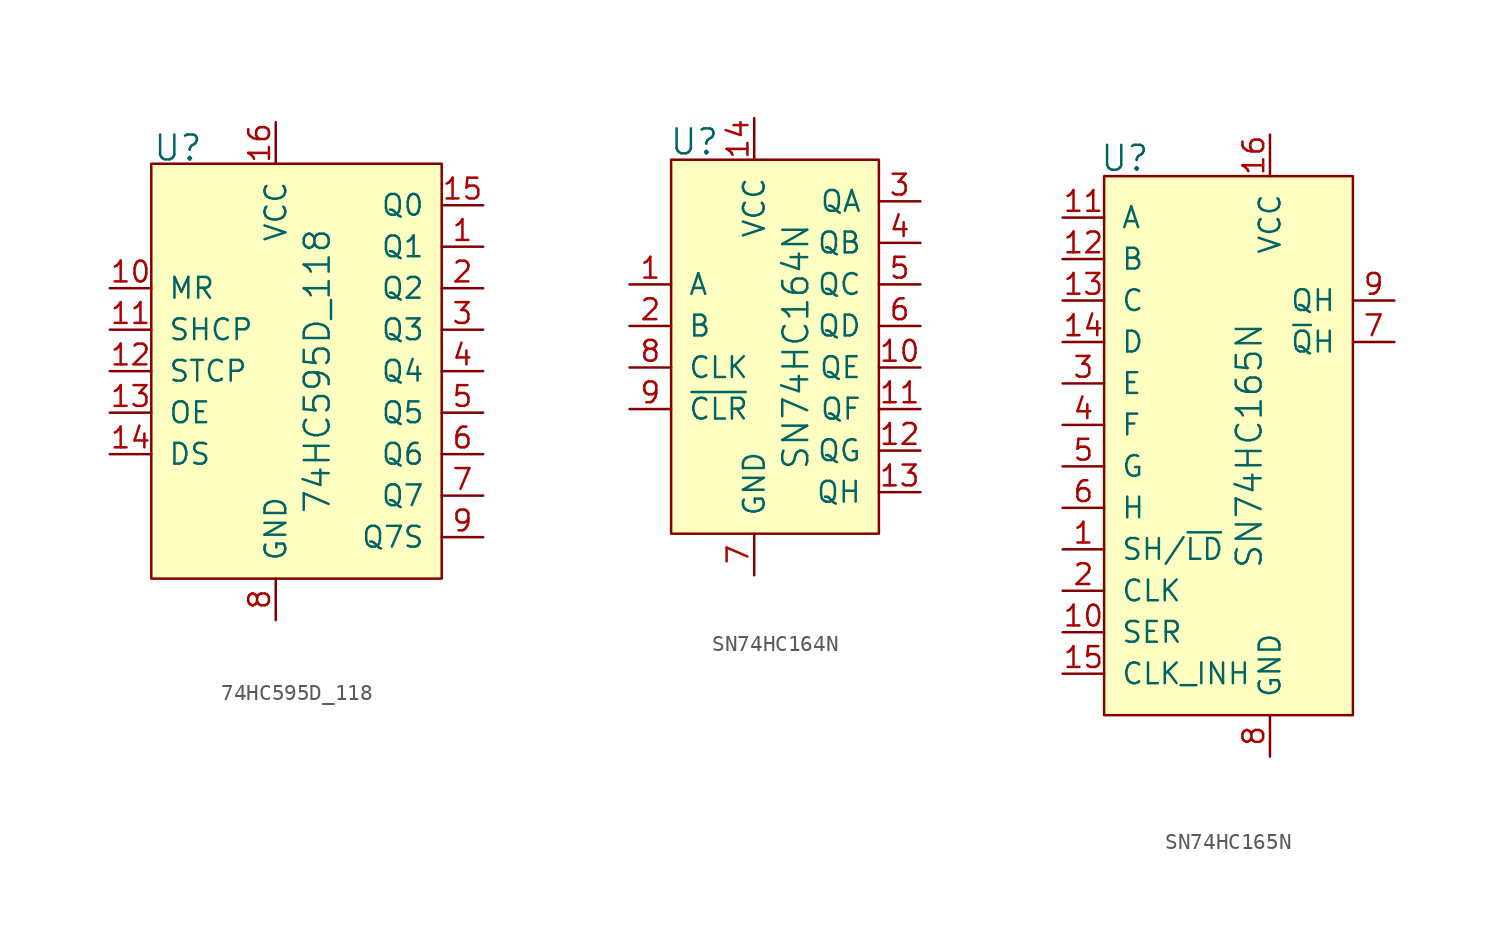
<source format=kicad_sym>
(kicad_symbol_lib
  (version 20231120)
  (generator "kicad_symbol_editor")
  (generator_version "8.0")
  (symbol "74HC595D_118"
    (pin_names
      (offset 1.016))
    (property "Reference" "U"
      (at -7.544 0.965 0)
      (effects (font (size 1.524 1.524)) (justify left)))
    (property "Value" "74HC595D_118"
      (at 2.54 -12.7 90)
      (effects (font (size 1.524 1.524))))
    (symbol "74HC595D_118_0_1"
      (rectangle (start -7.62 0) (end 10.16 -25.4) (stroke (width 0) (type default)) (fill (type background))))
    (symbol "74HC595D_118_1_1"
      (pin output line (at 12.7 -5.08 180) (length 2.54) (name "Q1" (effects (font (size 1.27 1.27)))) (number "1" (effects (font (size 1.27 1.27)))))
      (pin input line (at -10.16 -7.62 0) (length 2.54) (name "MR" (effects (font (size 1.27 1.27)))) (number "10" (effects (font (size 1.27 1.27)))))
      (pin input line (at -10.16 -10.16 0) (length 2.54) (name "SHCP" (effects (font (size 1.27 1.27)))) (number "11" (effects (font (size 1.27 1.27)))))
      (pin input line (at -10.16 -12.7 0) (length 2.54) (name "STCP" (effects (font (size 1.27 1.27)))) (number "12" (effects (font (size 1.27 1.27)))))
      (pin input line (at -10.16 -15.24 0) (length 2.54) (name "OE" (effects (font (size 1.27 1.27)))) (number "13" (effects (font (size 1.27 1.27)))))
      (pin input line (at -10.16 -17.78 0) (length 2.54) (name "DS" (effects (font (size 1.27 1.27)))) (number "14" (effects (font (size 1.27 1.27)))))
      (pin output line (at 12.7 -2.54 180) (length 2.54) (name "Q0" (effects (font (size 1.27 1.27)))) (number "15" (effects (font (size 1.27 1.27)))))
      (pin power_in line (at 0 2.54 270) (length 2.54) (name "VCC" (effects (font (size 1.27 1.27)))) (number "16" (effects (font (size 1.27 1.27)))))
      (pin output line (at 12.7 -7.62 180) (length 2.54) (name "Q2" (effects (font (size 1.27 1.27)))) (number "2" (effects (font (size 1.27 1.27)))))
      (pin output line (at 12.7 -10.16 180) (length 2.54) (name "Q3" (effects (font (size 1.27 1.27)))) (number "3" (effects (font (size 1.27 1.27)))))
      (pin output line (at 12.7 -12.7 180) (length 2.54) (name "Q4" (effects (font (size 1.27 1.27)))) (number "4" (effects (font (size 1.27 1.27)))))
      (pin output line (at 12.7 -15.24 180) (length 2.54) (name "Q5" (effects (font (size 1.27 1.27)))) (number "5" (effects (font (size 1.27 1.27)))))
      (pin output line (at 12.7 -17.78 180) (length 2.54) (name "Q6" (effects (font (size 1.27 1.27)))) (number "6" (effects (font (size 1.27 1.27)))))
      (pin output line (at 12.7 -20.32 180) (length 2.54) (name "Q7" (effects (font (size 1.27 1.27)))) (number "7" (effects (font (size 1.27 1.27)))))
      (pin power_in line (at 0 -27.94 90) (length 2.54) (name "GND" (effects (font (size 1.27 1.27)))) (number "8" (effects (font (size 1.27 1.27)))))
      (pin output line (at 12.7 -22.86 180) (length 2.54) (name "Q7S" (effects (font (size 1.27 1.27)))) (number "9" (effects (font (size 1.27 1.27)))))))
  (symbol "SN74HC164N"
    (pin_names
      (offset 1.016))
    (property "Reference" "U"
      (at -5.207 13.792 0)
      (effects (font (size 1.524 1.524)) (justify left)))
    (property "Value" "SN74HC164N"
      (at 2.54 1.27 90)
      (effects (font (size 1.524 1.524))))
    (symbol "SN74HC164N_0_1"
      (rectangle (start -5.08 12.7) (end 7.62 -10.16) (stroke (width 0) (type default)) (fill (type background))))
    (symbol "SN74HC164N_1_1"
      (pin input line (at -7.62 5.08 0) (length 2.54) (name "A" (effects (font (size 1.27 1.27)))) (number "1" (effects (font (size 1.27 1.27)))))
      (pin output line (at 10.16 0 180) (length 2.54) (name "QE" (effects (font (size 1.27 1.27)))) (number "10" (effects (font (size 1.27 1.27)))))
      (pin output line (at 10.16 -2.54 180) (length 2.54) (name "QF" (effects (font (size 1.27 1.27)))) (number "11" (effects (font (size 1.27 1.27)))))
      (pin output line (at 10.16 -5.08 180) (length 2.54) (name "QG" (effects (font (size 1.27 1.27)))) (number "12" (effects (font (size 1.27 1.27)))))
      (pin output line (at 10.16 -7.62 180) (length 2.54) (name "QH" (effects (font (size 1.27 1.27)))) (number "13" (effects (font (size 1.27 1.27)))))
      (pin power_in line (at 0 15.24 270) (length 2.54) (name "VCC" (effects (font (size 1.27 1.27)))) (number "14" (effects (font (size 1.27 1.27)))))
      (pin input line (at -7.62 2.54 0) (length 2.54) (name "B" (effects (font (size 1.27 1.27)))) (number "2" (effects (font (size 1.27 1.27)))))
      (pin output line (at 10.16 10.16 180) (length 2.54) (name "QA" (effects (font (size 1.27 1.27)))) (number "3" (effects (font (size 1.27 1.27)))))
      (pin output line (at 10.16 7.62 180) (length 2.54) (name "QB" (effects (font (size 1.27 1.27)))) (number "4" (effects (font (size 1.27 1.27)))))
      (pin output line (at 10.16 5.08 180) (length 2.54) (name "QC" (effects (font (size 1.27 1.27)))) (number "5" (effects (font (size 1.27 1.27)))))
      (pin output line (at 10.16 2.54 180) (length 2.54) (name "QD" (effects (font (size 1.27 1.27)))) (number "6" (effects (font (size 1.27 1.27)))))
      (pin power_in line (at 0 -12.7 90) (length 2.54) (name "GND" (effects (font (size 1.27 1.27)))) (number "7" (effects (font (size 1.27 1.27)))))
      (pin input line (at -7.62 0 0) (length 2.54) (name "CLK" (effects (font (size 1.27 1.27)))) (number "8" (effects (font (size 1.27 1.27)))))
      (pin input line (at -7.62 -2.54 0) (length 2.54) (name "~{CLR}" (effects (font (size 1.27 1.27)))) (number "9" (effects (font (size 1.27 1.27)))))))
  (symbol "SN74HC165N"
    (pin_names
      (offset 1.016))
    (property "Reference" "U"
      (at -8.89 16.332 0)
      (effects (font (size 1.524 1.524))))
    (property "Value" "SN74HC165N"
      (at -1.27 -1.27 90)
      (effects (font (size 1.524 1.524))))
    (symbol "SN74HC165N_0_1"
      (rectangle (start -10.16 15.24) (end 5.08 -17.78) (stroke (width 0) (type default)) (fill (type background))))
    (symbol "SN74HC165N_1_1"
      (pin output line (at -12.7 -7.62 0) (length 2.54) (name "SH/~{LD}" (effects (font (size 1.27 1.27)))) (number "1" (effects (font (size 1.27 1.27)))))
      (pin output line (at -12.7 -12.7 0) (length 2.54) (name "SER" (effects (font (size 1.27 1.27)))) (number "10" (effects (font (size 1.27 1.27)))))
      (pin input line (at -12.7 12.7 0) (length 2.54) (name "A" (effects (font (size 1.27 1.27)))) (number "11" (effects (font (size 1.27 1.27)))))
      (pin input line (at -12.7 10.16 0) (length 2.54) (name "B" (effects (font (size 1.27 1.27)))) (number "12" (effects (font (size 1.27 1.27)))))
      (pin input line (at -12.7 7.62 0) (length 2.54) (name "C" (effects (font (size 1.27 1.27)))) (number "13" (effects (font (size 1.27 1.27)))))
      (pin input line (at -12.7 5.08 0) (length 2.54) (name "D" (effects (font (size 1.27 1.27)))) (number "14" (effects (font (size 1.27 1.27)))))
      (pin input line (at -12.7 -15.24 0) (length 2.54) (name "CLK_INH" (effects (font (size 1.27 1.27)))) (number "15" (effects (font (size 1.27 1.27)))))
      (pin output line (at 0 17.78 270) (length 2.54) (name "VCC" (effects (font (size 1.27 1.27)))) (number "16" (effects (font (size 1.27 1.27)))))
      (pin input line (at -12.7 -10.16 0) (length 2.54) (name "CLK" (effects (font (size 1.27 1.27)))) (number "2" (effects (font (size 1.27 1.27)))))
      (pin input line (at -12.7 2.54 0) (length 2.54) (name "E" (effects (font (size 1.27 1.27)))) (number "3" (effects (font (size 1.27 1.27)))))
      (pin input line (at -12.7 0 0) (length 2.54) (name "F" (effects (font (size 1.27 1.27)))) (number "4" (effects (font (size 1.27 1.27)))))
      (pin input line (at -12.7 -2.54 0) (length 2.54) (name "G" (effects (font (size 1.27 1.27)))) (number "5" (effects (font (size 1.27 1.27)))))
      (pin input line (at -12.7 -5.08 0) (length 2.54) (name "H" (effects (font (size 1.27 1.27)))) (number "6" (effects (font (size 1.27 1.27)))))
      (pin output line (at 7.62 5.08 180) (length 2.54) (name "~{Q}H" (effects (font (size 1.27 1.27)))) (number "7" (effects (font (size 1.27 1.27)))))
      (pin input line (at 0 -20.32 90) (length 2.54) (name "GND" (effects (font (size 1.27 1.27)))) (number "8" (effects (font (size 1.27 1.27)))))
      (pin output line (at 7.62 7.62 180) (length 2.54) (name "QH" (effects (font (size 1.27 1.27)))) (number "9" (effects (font (size 1.27 1.27))))))))
</source>
